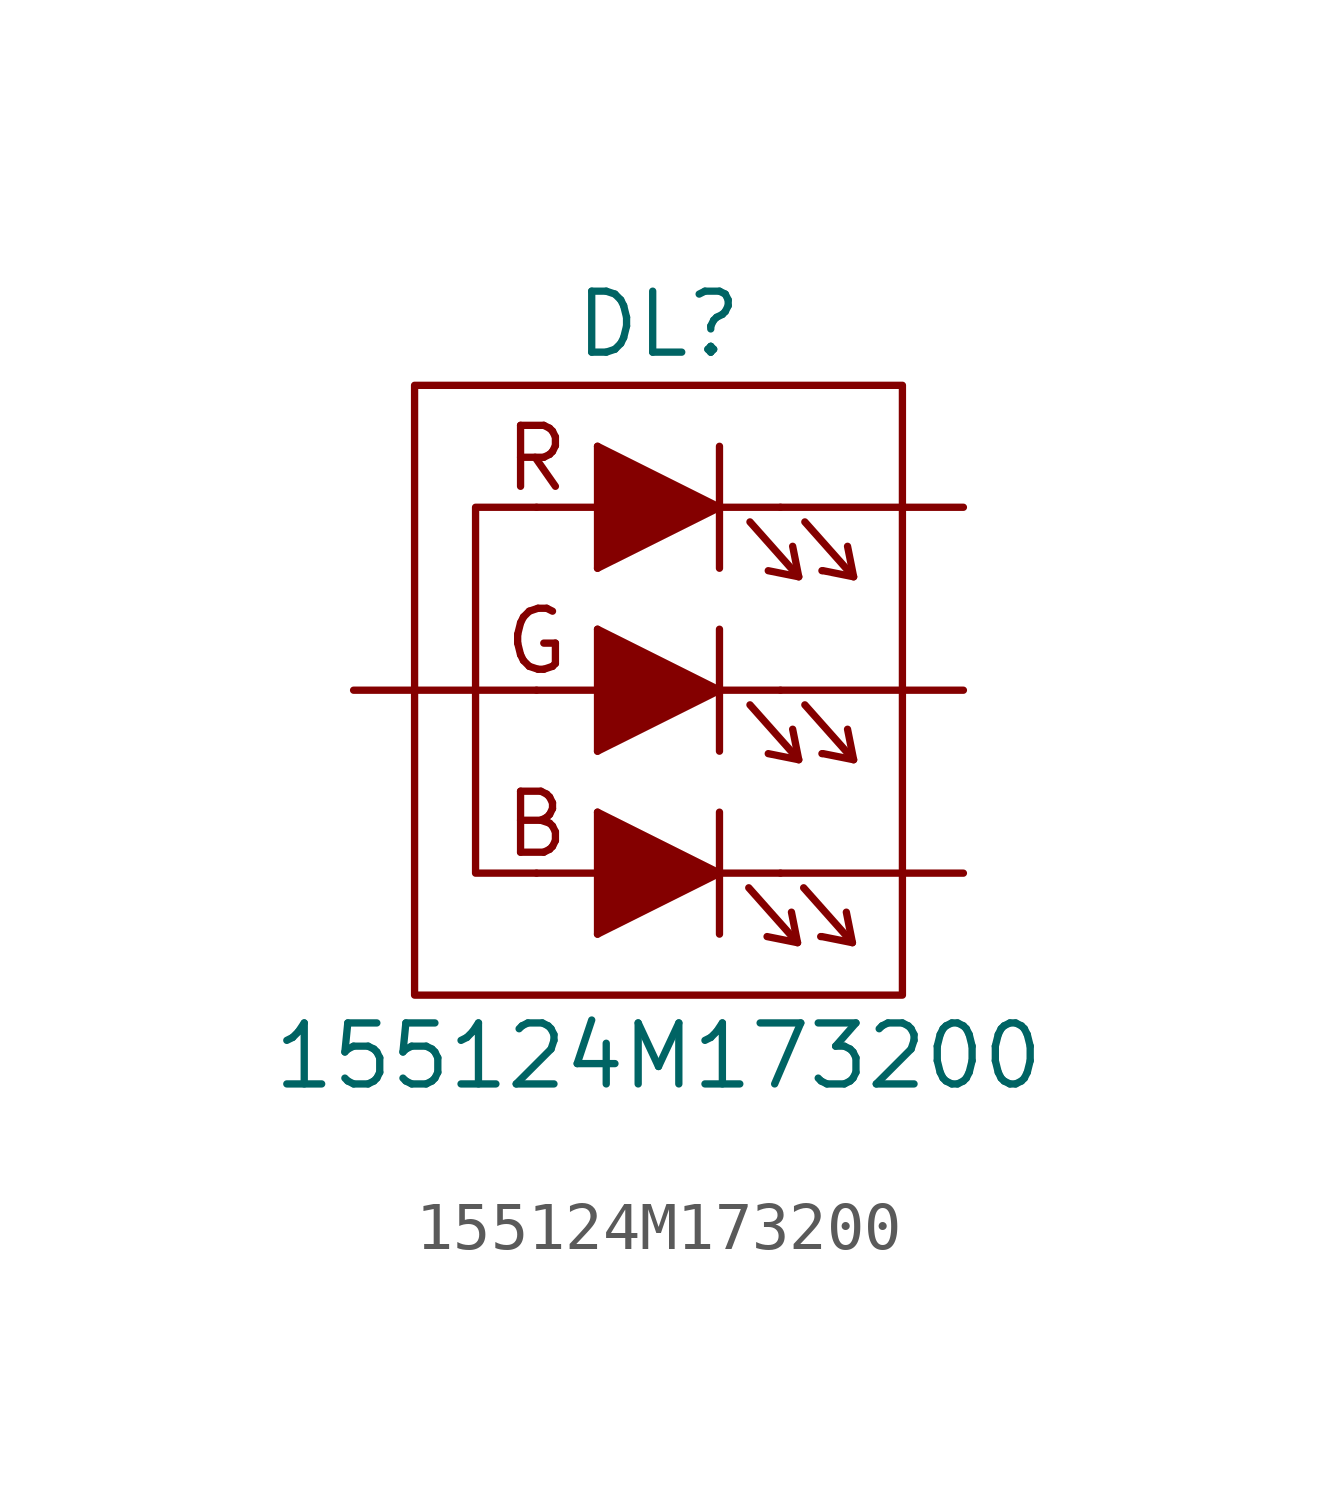
<source format=kicad_sym>
(kicad_symbol_lib
  (version 20211014)
  (generator kicad_symbol_editor)
  (symbol "155124M173200"
    (pin_numbers hide)
    (pin_names
      (offset 1.016) hide)
    (property "Reference" "DL"
      (at 0 7.62 0)
      (effects (font (size 1.27 1.27))))
    (property "Value" "155124M173200"
      (at 0 -7.62 0)
      (effects (font (size 1.27 1.27))))
    (symbol "155124M173200_0_0"
      (polyline (pts (xy -1.27 -2.54) (xy -1.27 -5.08)) (stroke (width 0) (type default) (color 0 0 0 0)) (fill (type none)))
      (polyline (pts (xy -1.27 1.27) (xy -1.27 -1.27)) (stroke (width 0) (type default) (color 0 0 0 0)) (fill (type none)))
      (polyline (pts (xy -1.27 5.08) (xy -1.27 2.54)) (stroke (width 0) (type default) (color 0 0 0 0)) (fill (type none)))
      (text "B" (at -2.54 -2.794 0) (effects (font (size 1.27 1.27))))
      (text "G" (at -2.54 1.016 0) (effects (font (size 1.27 1.27))))
      (text "R" (at -2.54 4.826 0) (effects (font (size 1.27 1.27)))))
    (symbol "155124M173200_0_1"
      (rectangle (start -5.08 6.35) (end 5.08 -6.35) (stroke (width 0) (type default) (color 0 0 0 0)) (fill (type none)))
      (polyline (pts (xy -2.54 -3.81) (xy -1.27 -3.81)) (stroke (width 0) (type default) (color 0 0 0 0)) (fill (type none)))
      (polyline (pts (xy -2.54 0) (xy -1.27 0)) (stroke (width 0) (type default) (color 0 0 0 0)) (fill (type none)))
      (polyline (pts (xy -2.54 3.81) (xy -1.27 3.81)) (stroke (width 0) (type default) (color 0 0 0 0)) (fill (type none)))
      (polyline (pts (xy 1.27 -2.54) (xy 1.27 -5.08)) (stroke (width 0) (type default) (color 0 0 0 0)) (fill (type none)))
      (polyline (pts (xy 1.27 1.27) (xy 1.27 -1.27)) (stroke (width 0) (type default) (color 0 0 0 0)) (fill (type none)))
      (polyline (pts (xy 1.27 3.81) (xy 2.54 3.81)) (stroke (width 0) (type default) (color 0 0 0 0)) (fill (type none)))
      (polyline (pts (xy 1.27 5.08) (xy 1.27 2.54)) (stroke (width 0) (type default) (color 0 0 0 0)) (fill (type none)))
      (polyline (pts (xy 2.54 -3.81) (xy 1.27 -3.81)) (stroke (width 0) (type default) (color 0 0 0 0)) (fill (type none)))
      (polyline (pts (xy 2.54 0) (xy 1.27 0)) (stroke (width 0) (type default) (color 0 0 0 0)) (fill (type none)))
      (polyline (pts (xy 2.896 -5.258) (xy 1.88 -4.115)) (stroke (width 0) (type default) (color 0 0 0 0)) (fill (type none)))
      (polyline (pts (xy 2.921 -1.448) (xy 1.905 -0.305)) (stroke (width 0) (type default) (color 0 0 0 0)) (fill (type none)))
      (polyline (pts (xy 2.921 2.362) (xy 1.905 3.505)) (stroke (width 0) (type default) (color 0 0 0 0)) (fill (type none)))
      (polyline (pts (xy 3.378 -5.131) (xy 3.378 -5.131)) (stroke (width 0) (type default) (color 0 0 0 0)) (fill (type none)))
      (polyline (pts (xy 3.404 -1.321) (xy 3.404 -1.321)) (stroke (width 0) (type default) (color 0 0 0 0)) (fill (type none)))
      (polyline (pts (xy 3.404 2.489) (xy 3.404 2.489)) (stroke (width 0) (type default) (color 0 0 0 0)) (fill (type none)))
      (polyline (pts (xy 4.039 -5.258) (xy 3.023 -4.115)) (stroke (width 0) (type default) (color 0 0 0 0)) (fill (type none)))
      (polyline (pts (xy 4.064 -1.448) (xy 3.048 -0.305)) (stroke (width 0) (type default) (color 0 0 0 0)) (fill (type none)))
      (polyline (pts (xy 4.064 2.362) (xy 3.048 3.505)) (stroke (width 0) (type default) (color 0 0 0 0)) (fill (type none)))
      (polyline (pts (xy -1.27 -2.54) (xy 1.27 -3.81) (xy -1.27 -5.08)) (stroke (width 0) (type default) (color 0 0 0 0)) (fill (type outline)))
      (polyline (pts (xy -1.27 1.27) (xy 1.27 0) (xy -1.27 -1.27)) (stroke (width 0) (type default) (color 0 0 0 0)) (fill (type outline)))
      (polyline (pts (xy -1.27 5.08) (xy 1.27 3.81) (xy -1.27 2.54)) (stroke (width 0) (type default) (color 0 0 0 0)) (fill (type outline)))
      (polyline (pts (xy 2.769 -4.623) (xy 2.896 -5.258) (xy 2.261 -5.131)) (stroke (width 0) (type default) (color 0 0 0 0)) (fill (type none)))
      (polyline (pts (xy 2.794 -0.813) (xy 2.921 -1.448) (xy 2.286 -1.321)) (stroke (width 0) (type default) (color 0 0 0 0)) (fill (type none)))
      (polyline (pts (xy 2.794 2.997) (xy 2.921 2.362) (xy 2.286 2.489)) (stroke (width 0) (type default) (color 0 0 0 0)) (fill (type none)))
      (polyline (pts (xy 3.404 -5.131) (xy 4.039 -5.258) (xy 3.912 -4.623)) (stroke (width 0) (type default) (color 0 0 0 0)) (fill (type none)))
      (polyline (pts (xy 3.429 -1.321) (xy 4.064 -1.448) (xy 3.937 -0.813)) (stroke (width 0) (type default) (color 0 0 0 0)) (fill (type none)))
      (polyline (pts (xy 3.429 2.489) (xy 4.064 2.362) (xy 3.937 2.997)) (stroke (width 0) (type default) (color 0 0 0 0)) (fill (type none)))
      (polyline (pts (xy -2.54 3.81) (xy -3.81 3.81) (xy -3.81 0) (xy -3.81 -3.81) (xy -2.54 -3.81)) (stroke (width 0) (type default) (color 0 0 0 0)) (fill (type none))))
    (symbol "155124M173200_1_1"
      (pin passive line (at -6.35 0 0) (length 3.81) (name "A" (effects (font (size 1.016 1.016)))) (number "1" (effects (font (size 1.016 1.016)))))
      (pin passive line (at 6.35 -3.81 180) (length 3.81) (name "BK" (effects (font (size 1.016 1.016)))) (number "2" (effects (font (size 1.016 1.016)))))
      (pin passive line (at 6.35 0 180) (length 3.81) (name "GK" (effects (font (size 1.016 1.016)))) (number "3" (effects (font (size 1.016 1.016)))))
      (pin passive line (at 6.35 3.81 180) (length 3.81) (name "RK" (effects (font (size 1.016 1.016)))) (number "4" (effects (font (size 1.016 1.016))))))))
</source>
